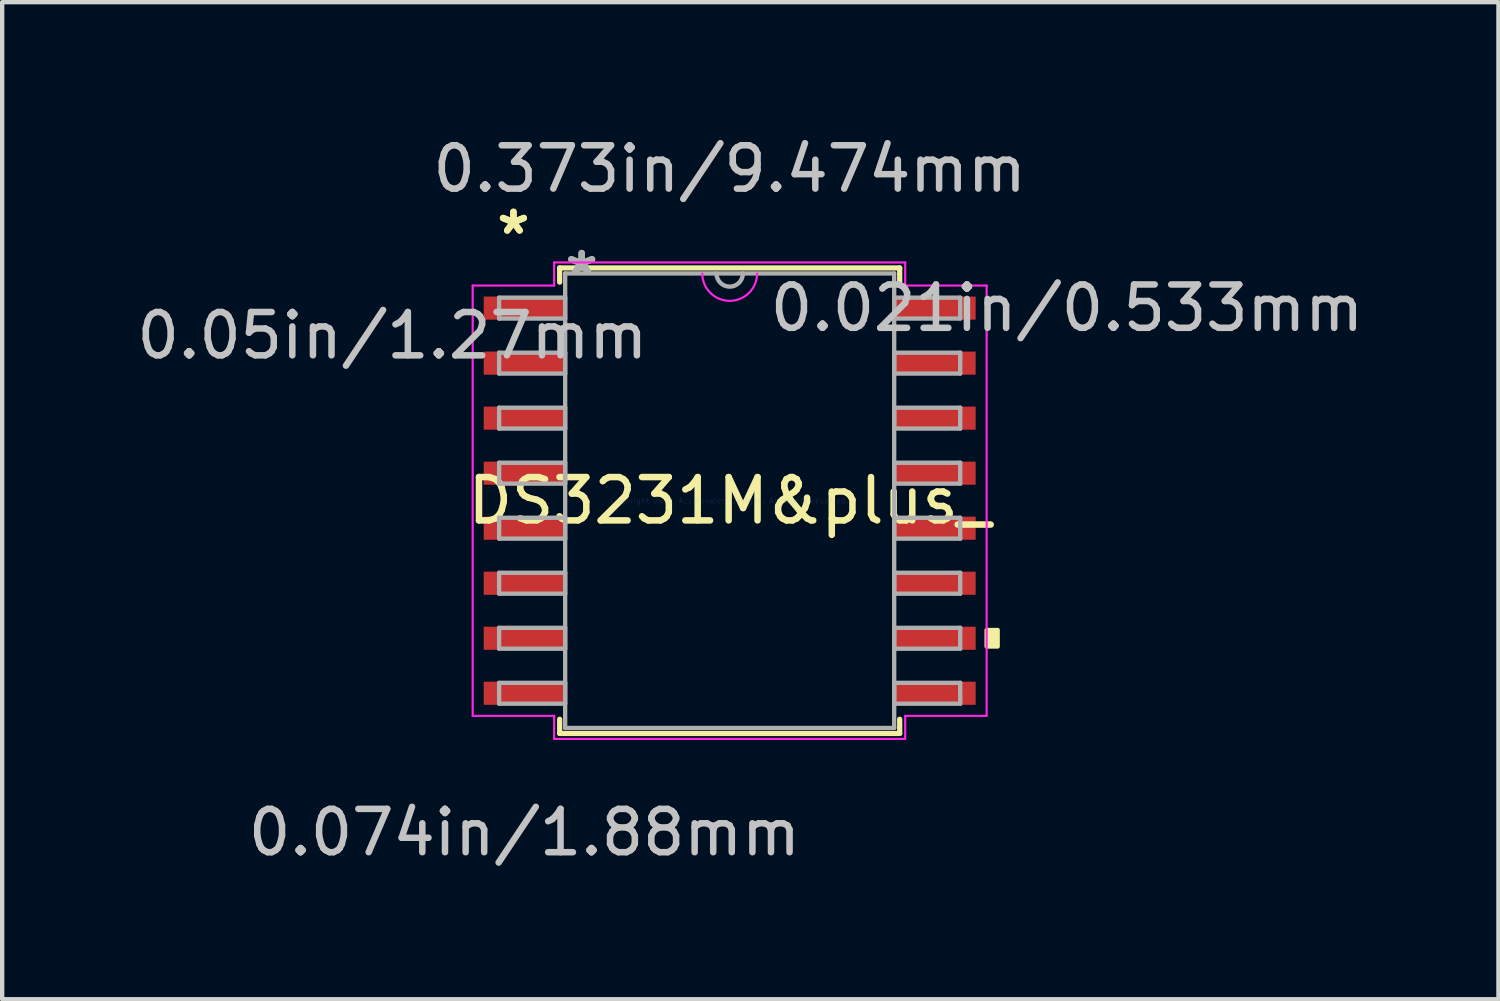
<source format=kicad_pcb>
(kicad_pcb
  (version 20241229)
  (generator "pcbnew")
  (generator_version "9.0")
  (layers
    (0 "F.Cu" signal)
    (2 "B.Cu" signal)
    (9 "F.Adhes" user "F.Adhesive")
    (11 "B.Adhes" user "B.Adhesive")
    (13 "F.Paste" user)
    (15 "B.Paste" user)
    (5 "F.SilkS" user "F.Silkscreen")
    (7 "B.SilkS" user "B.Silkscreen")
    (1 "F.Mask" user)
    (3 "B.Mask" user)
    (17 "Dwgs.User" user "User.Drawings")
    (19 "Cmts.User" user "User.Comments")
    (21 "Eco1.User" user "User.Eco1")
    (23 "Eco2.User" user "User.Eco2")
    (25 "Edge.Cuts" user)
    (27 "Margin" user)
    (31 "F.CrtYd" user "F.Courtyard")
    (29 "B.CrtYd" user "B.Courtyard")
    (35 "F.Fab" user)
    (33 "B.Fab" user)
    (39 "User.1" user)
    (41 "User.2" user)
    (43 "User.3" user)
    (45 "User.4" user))
  (footprint "DS3231M&plus_"
    (layer "F.Cu")
    (at 13.791 8.506)
    (property "Reference" "DS3231M&plus_" (at 0 0 0) (layer "F.SilkS") (effects (font (size 1 1) (thickness 0.15))))
    (attr through_hole)
    (fp_line (start -3.924 -5.372) (end -3.924 -5.044) (stroke (width 0.12) (type solid)) (layer "F.SilkS"))
    (fp_line (start -3.924 5.044) (end -3.924 5.372) (stroke (width 0.12) (type solid)) (layer "F.SilkS"))
    (fp_line (start -3.924 5.372) (end 3.924 5.372) (stroke (width 0.12) (type solid)) (layer "F.SilkS"))
    (fp_line (start 3.924 -5.372) (end -3.924 -5.372) (stroke (width 0.12) (type solid)) (layer "F.SilkS"))
    (fp_line (start 3.924 -5.044) (end 3.924 -5.372) (stroke (width 0.12) (type solid)) (layer "F.SilkS"))
    (fp_line (start 3.924 5.372) (end 3.924 5.044) (stroke (width 0.12) (type solid)) (layer "F.SilkS"))
    (fp_poly (pts (xy 6.185 2.985) (xy 6.185 3.365) (xy 5.931 3.365) (xy 5.931 2.985)) (stroke (width 0.1) (type solid)) (fill yes) (layer "F.SilkS"))
    (fp_line (start -5.931 -4.966) (end -4.051 -4.966) (stroke (width 0.05) (type solid)) (layer "F.CrtYd"))
    (fp_line (start -5.931 4.966) (end -5.931 -4.966) (stroke (width 0.05) (type solid)) (layer "F.CrtYd"))
    (fp_line (start -4.051 -5.499) (end 4.051 -5.499) (stroke (width 0.05) (type solid)) (layer "F.CrtYd"))
    (fp_line (start -4.051 -4.966) (end -4.051 -5.499) (stroke (width 0.05) (type solid)) (layer "F.CrtYd"))
    (fp_line (start -4.051 4.966) (end -5.931 4.966) (stroke (width 0.05) (type solid)) (layer "F.CrtYd"))
    (fp_line (start -4.051 5.499) (end -4.051 4.966) (stroke (width 0.05) (type solid)) (layer "F.CrtYd"))
    (fp_line (start 4.051 -5.499) (end 4.051 -4.966) (stroke (width 0.05) (type solid)) (layer "F.CrtYd"))
    (fp_line (start 4.051 -4.966) (end 5.931 -4.966) (stroke (width 0.05) (type solid)) (layer "F.CrtYd"))
    (fp_line (start 4.051 4.966) (end 4.051 5.499) (stroke (width 0.05) (type solid)) (layer "F.CrtYd"))
    (fp_line (start 4.051 5.499) (end -4.051 5.499) (stroke (width 0.05) (type solid)) (layer "F.CrtYd"))
    (fp_line (start 5.931 -4.966) (end 5.931 4.966) (stroke (width 0.05) (type solid)) (layer "F.CrtYd"))
    (fp_line (start 5.931 4.966) (end 4.051 4.966) (stroke (width 0.05) (type solid)) (layer "F.CrtYd"))
    (fp_arc (start 0.632883 -5.2451) (mid 0 -4.612217) (end -0.632883 -5.2451) (stroke (width 0.05) (type solid)) (layer "F.CrtYd"))
    (fp_line (start -5.321 -4.686) (end -5.321 -4.204) (stroke (width 0.1) (type solid)) (layer "F.Fab"))
    (fp_line (start -5.321 -4.204) (end -3.797 -4.204) (stroke (width 0.1) (type solid)) (layer "F.Fab"))
    (fp_line (start -5.321 -3.416) (end -5.321 -2.934) (stroke (width 0.1) (type solid)) (layer "F.Fab"))
    (fp_line (start -5.321 -2.934) (end -3.797 -2.934) (stroke (width 0.1) (type solid)) (layer "F.Fab"))
    (fp_line (start -5.321 -2.146) (end -5.321 -1.664) (stroke (width 0.1) (type solid)) (layer "F.Fab"))
    (fp_line (start -5.321 -1.664) (end -3.797 -1.664) (stroke (width 0.1) (type solid)) (layer "F.Fab"))
    (fp_line (start -5.321 -0.876) (end -5.321 -0.394) (stroke (width 0.1) (type solid)) (layer "F.Fab"))
    (fp_line (start -5.321 -0.394) (end -3.797 -0.394) (stroke (width 0.1) (type solid)) (layer "F.Fab"))
    (fp_line (start -5.321 0.394) (end -5.321 0.876) (stroke (width 0.1) (type solid)) (layer "F.Fab"))
    (fp_line (start -5.321 0.876) (end -3.797 0.876) (stroke (width 0.1) (type solid)) (layer "F.Fab"))
    (fp_line (start -5.321 1.664) (end -5.321 2.146) (stroke (width 0.1) (type solid)) (layer "F.Fab"))
    (fp_line (start -5.321 2.146) (end -3.797 2.146) (stroke (width 0.1) (type solid)) (layer "F.Fab"))
    (fp_line (start -5.321 2.934) (end -5.321 3.416) (stroke (width 0.1) (type solid)) (layer "F.Fab"))
    (fp_line (start -5.321 3.416) (end -3.797 3.416) (stroke (width 0.1) (type solid)) (layer "F.Fab"))
    (fp_line (start -5.321 4.204) (end -5.321 4.686) (stroke (width 0.1) (type solid)) (layer "F.Fab"))
    (fp_line (start -5.321 4.686) (end -3.797 4.686) (stroke (width 0.1) (type solid)) (layer "F.Fab"))
    (fp_line (start -3.797 -5.245) (end -3.797 5.245) (stroke (width 0.1) (type solid)) (layer "F.Fab"))
    (fp_line (start -3.797 -4.686) (end -5.321 -4.686) (stroke (width 0.1) (type solid)) (layer "F.Fab"))
    (fp_line (start -3.797 -4.204) (end -3.797 -4.686) (stroke (width 0.1) (type solid)) (layer "F.Fab"))
    (fp_line (start -3.797 -3.416) (end -5.321 -3.416) (stroke (width 0.1) (type solid)) (layer "F.Fab"))
    (fp_line (start -3.797 -2.934) (end -3.797 -3.416) (stroke (width 0.1) (type solid)) (layer "F.Fab"))
    (fp_line (start -3.797 -2.146) (end -5.321 -2.146) (stroke (width 0.1) (type solid)) (layer "F.Fab"))
    (fp_line (start -3.797 -1.664) (end -3.797 -2.146) (stroke (width 0.1) (type solid)) (layer "F.Fab"))
    (fp_line (start -3.797 -0.876) (end -5.321 -0.876) (stroke (width 0.1) (type solid)) (layer "F.Fab"))
    (fp_line (start -3.797 -0.394) (end -3.797 -0.876) (stroke (width 0.1) (type solid)) (layer "F.Fab"))
    (fp_line (start -3.797 0.394) (end -5.321 0.394) (stroke (width 0.1) (type solid)) (layer "F.Fab"))
    (fp_line (start -3.797 0.876) (end -3.797 0.394) (stroke (width 0.1) (type solid)) (layer "F.Fab"))
    (fp_line (start -3.797 1.664) (end -5.321 1.664) (stroke (width 0.1) (type solid)) (layer "F.Fab"))
    (fp_line (start -3.797 2.146) (end -3.797 1.664) (stroke (width 0.1) (type solid)) (layer "F.Fab"))
    (fp_line (start -3.797 2.934) (end -5.321 2.934) (stroke (width 0.1) (type solid)) (layer "F.Fab"))
    (fp_line (start -3.797 3.416) (end -3.797 2.934) (stroke (width 0.1) (type solid)) (layer "F.Fab"))
    (fp_line (start -3.797 4.204) (end -5.321 4.204) (stroke (width 0.1) (type solid)) (layer "F.Fab"))
    (fp_line (start -3.797 4.686) (end -3.797 4.204) (stroke (width 0.1) (type solid)) (layer "F.Fab"))
    (fp_line (start -3.797 5.245) (end 3.797 5.245) (stroke (width 0.1) (type solid)) (layer "F.Fab"))
    (fp_line (start 3.797 -5.245) (end -3.797 -5.245) (stroke (width 0.1) (type solid)) (layer "F.Fab"))
    (fp_line (start 3.797 -4.686) (end 3.797 -4.204) (stroke (width 0.1) (type solid)) (layer "F.Fab"))
    (fp_line (start 3.797 -4.204) (end 5.321 -4.204) (stroke (width 0.1) (type solid)) (layer "F.Fab"))
    (fp_line (start 3.797 -3.416) (end 3.797 -2.934) (stroke (width 0.1) (type solid)) (layer "F.Fab"))
    (fp_line (start 3.797 -2.934) (end 5.321 -2.934) (stroke (width 0.1) (type solid)) (layer "F.Fab"))
    (fp_line (start 3.797 -2.146) (end 3.797 -1.664) (stroke (width 0.1) (type solid)) (layer "F.Fab"))
    (fp_line (start 3.797 -1.664) (end 5.321 -1.664) (stroke (width 0.1) (type solid)) (layer "F.Fab"))
    (fp_line (start 3.797 -0.876) (end 3.797 -0.394) (stroke (width 0.1) (type solid)) (layer "F.Fab"))
    (fp_line (start 3.797 -0.394) (end 5.321 -0.394) (stroke (width 0.1) (type solid)) (layer "F.Fab"))
    (fp_line (start 3.797 0.394) (end 3.797 0.876) (stroke (width 0.1) (type solid)) (layer "F.Fab"))
    (fp_line (start 3.797 0.876) (end 5.321 0.876) (stroke (width 0.1) (type solid)) (layer "F.Fab"))
    (fp_line (start 3.797 1.664) (end 3.797 2.146) (stroke (width 0.1) (type solid)) (layer "F.Fab"))
    (fp_line (start 3.797 2.146) (end 5.321 2.146) (stroke (width 0.1) (type solid)) (layer "F.Fab"))
    (fp_line (start 3.797 2.934) (end 3.797 3.416) (stroke (width 0.1) (type solid)) (layer "F.Fab"))
    (fp_line (start 3.797 3.416) (end 5.321 3.416) (stroke (width 0.1) (type solid)) (layer "F.Fab"))
    (fp_line (start 3.797 4.204) (end 3.797 4.686) (stroke (width 0.1) (type solid)) (layer "F.Fab"))
    (fp_line (start 3.797 4.686) (end 5.321 4.686) (stroke (width 0.1) (type solid)) (layer "F.Fab"))
    (fp_line (start 3.797 5.245) (end 3.797 -5.245) (stroke (width 0.1) (type solid)) (layer "F.Fab"))
    (fp_line (start 5.321 -4.686) (end 3.797 -4.686) (stroke (width 0.1) (type solid)) (layer "F.Fab"))
    (fp_line (start 5.321 -4.204) (end 5.321 -4.686) (stroke (width 0.1) (type solid)) (layer "F.Fab"))
    (fp_line (start 5.321 -3.416) (end 3.797 -3.416) (stroke (width 0.1) (type solid)) (layer "F.Fab"))
    (fp_line (start 5.321 -2.934) (end 5.321 -3.416) (stroke (width 0.1) (type solid)) (layer "F.Fab"))
    (fp_line (start 5.321 -2.146) (end 3.797 -2.146) (stroke (width 0.1) (type solid)) (layer "F.Fab"))
    (fp_line (start 5.321 -1.664) (end 5.321 -2.146) (stroke (width 0.1) (type solid)) (layer "F.Fab"))
    (fp_line (start 5.321 -0.876) (end 3.797 -0.876) (stroke (width 0.1) (type solid)) (layer "F.Fab"))
    (fp_line (start 5.321 -0.394) (end 5.321 -0.876) (stroke (width 0.1) (type solid)) (layer "F.Fab"))
    (fp_line (start 5.321 0.394) (end 3.797 0.394) (stroke (width 0.1) (type solid)) (layer "F.Fab"))
    (fp_line (start 5.321 0.876) (end 5.321 0.394) (stroke (width 0.1) (type solid)) (layer "F.Fab"))
    (fp_line (start 5.321 1.664) (end 3.797 1.664) (stroke (width 0.1) (type solid)) (layer "F.Fab"))
    (fp_line (start 5.321 2.146) (end 5.321 1.664) (stroke (width 0.1) (type solid)) (layer "F.Fab"))
    (fp_line (start 5.321 2.934) (end 3.797 2.934) (stroke (width 0.1) (type solid)) (layer "F.Fab"))
    (fp_line (start 5.321 3.416) (end 5.321 2.934) (stroke (width 0.1) (type solid)) (layer "F.Fab"))
    (fp_line (start 5.321 4.204) (end 3.797 4.204) (stroke (width 0.1) (type solid)) (layer "F.Fab"))
    (fp_line (start 5.321 4.686) (end 5.321 4.204) (stroke (width 0.1) (type solid)) (layer "F.Fab"))
    (fp_arc (start 0.3048 -5.2451) (mid 0 -4.9403) (end -0.3048 -5.2451) (stroke (width 0.1) (type solid)) (layer "F.Fab"))
    (fp_text user "*" (at -4.991 -6.121 0) (layer "F.SilkS") (effects (font (size 1 1) (thickness 0.15))))
    (fp_text user "*" (at -4.991 -6.121 0) (layer "F.SilkS") (effects (font (size 1 1) (thickness 0.15))))
    (fp_text user "0.373in/9.474mm" (at 0 -7.658 0) (layer "Dwgs.User") (effects (font (size 1 1) (thickness 0.15))))
    (fp_text user "0.074in/1.88mm" (at -4.737 7.658 0) (layer "Dwgs.User") (effects (font (size 1 1) (thickness 0.15))))
    (fp_text user "0.05in/1.27mm" (at -7.785 -3.81 0) (layer "Dwgs.User") (effects (font (size 1 1) (thickness 0.15))))
    (fp_text user "0.021in/0.533mm" (at 7.785 -4.445 0) (layer "Dwgs.User") (effects (font (size 1 1) (thickness 0.15))))
    (fp_text user "Copyright 2021 Accelerated Designs. All rights reserved." (at 0 0 0) (layer "Cmts.User") (effects (font (size 0.127 0.127) (thickness 0.002))))
    (fp_text user "*" (at -3.416 -5.169 0) (layer "F.Fab") (effects (font (size 1 1) (thickness 0.15))))
    (fp_text user "*" (at -3.416 -5.169 0) (layer "F.Fab") (effects (font (size 1 1) (thickness 0.15))))
    (pad "1" smd rect (at -4.737 -4.445) (size 1.88 0.533) (layers "F.Cu" "F.Mask" "F.Paste"))
    (pad "2" smd rect (at -4.737 -3.175) (size 1.88 0.533) (layers "F.Cu" "F.Mask" "F.Paste"))
    (pad "3" smd rect (at -4.737 -1.905) (size 1.88 0.533) (layers "F.Cu" "F.Mask" "F.Paste"))
    (pad "4" smd rect (at -4.737 -0.635) (size 1.88 0.533) (layers "F.Cu" "F.Mask" "F.Paste"))
    (pad "5" smd rect (at -4.737 0.635) (size 1.88 0.533) (layers "F.Cu" "F.Mask" "F.Paste"))
    (pad "6" smd rect (at -4.737 1.905) (size 1.88 0.533) (layers "F.Cu" "F.Mask" "F.Paste"))
    (pad "7" smd rect (at -4.737 3.175) (size 1.88 0.533) (layers "F.Cu" "F.Mask" "F.Paste"))
    (pad "8" smd rect (at -4.737 4.445) (size 1.88 0.533) (layers "F.Cu" "F.Mask" "F.Paste"))
    (pad "9" smd rect (at 4.737 4.445) (size 1.88 0.533) (layers "F.Cu" "F.Mask" "F.Paste"))
    (pad "10" smd rect (at 4.737 3.175) (size 1.88 0.533) (layers "F.Cu" "F.Mask" "F.Paste"))
    (pad "11" smd rect (at 4.737 1.905) (size 1.88 0.533) (layers "F.Cu" "F.Mask" "F.Paste"))
    (pad "12" smd rect (at 4.737 0.635) (size 1.88 0.533) (layers "F.Cu" "F.Mask" "F.Paste"))
    (pad "13" smd rect (at 4.737 -0.635) (size 1.88 0.533) (layers "F.Cu" "F.Mask" "F.Paste"))
    (pad "14" smd rect (at 4.737 -1.905) (size 1.88 0.533) (layers "F.Cu" "F.Mask" "F.Paste"))
    (pad "15" smd rect (at 4.737 -3.175) (size 1.88 0.533) (layers "F.Cu" "F.Mask" "F.Paste"))
    (pad "16" smd rect (at 4.737 -4.445) (size 1.88 0.533) (layers "F.Cu" "F.Mask" "F.Paste")))
  (gr_rect
    (start -3 -3)
    (end 31.534 20.013)
    (stroke (width 0.1) (type default))
    (fill no)
    (layer "Edge.Cuts")))
</source>
